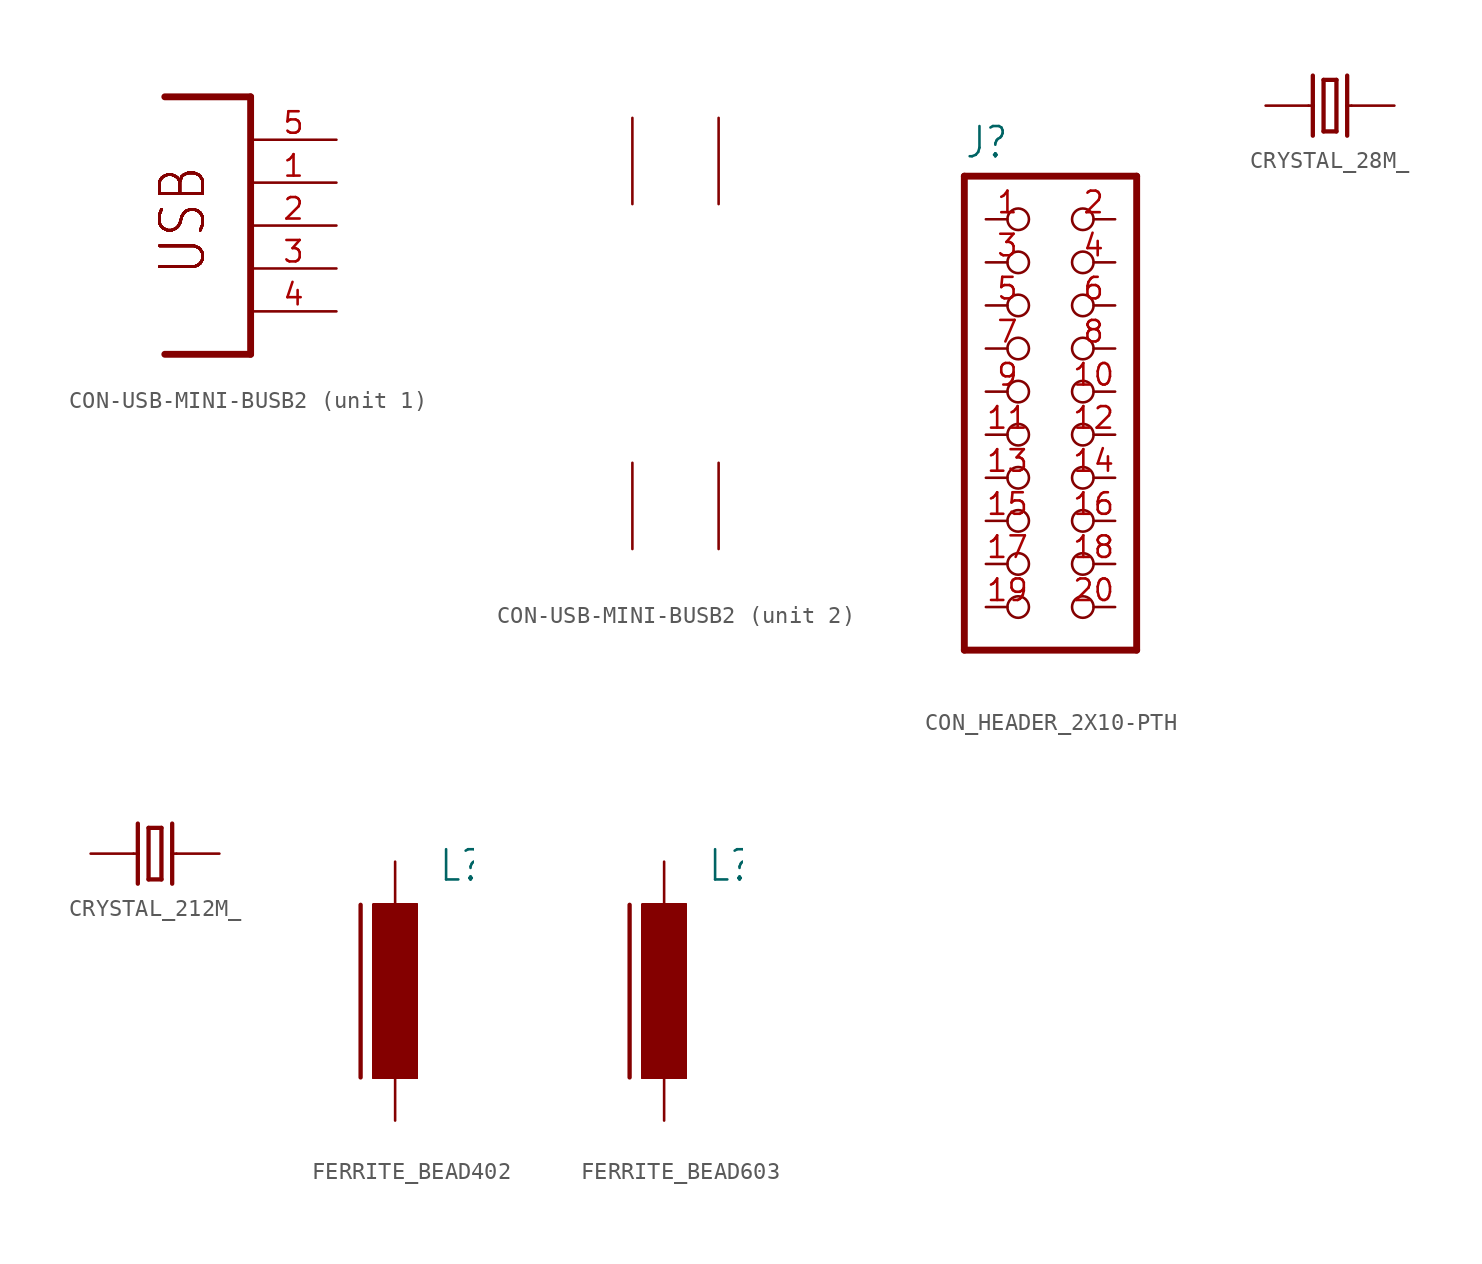
<source format=kicad_sym>
(kicad_symbol_lib
  (version 20220914)
  (generator kicad_symbol_editor)
  (symbol "CON-USB-MINI-BUSB2"
    (property "Reference" "USB"
      (at 0 0 0)
      (effects (font (size 1.27 1.27)) hide))
    (property "ki_locked" ""
      (at 0 0 0)
      (effects (font (size 1.27 1.27))))
    (symbol "CON-USB-MINI-BUSB2_1_0"
      (polyline (pts (xy -5.08 7.62) (xy 0 7.62)) (stroke (width 0.406) (type solid)) (fill (type none)))
      (polyline (pts (xy 0 -7.62) (xy -5.08 -7.62)) (stroke (width 0.406) (type solid)) (fill (type none)))
      (polyline (pts (xy 0 7.62) (xy 0 -7.62)) (stroke (width 0.406) (type solid)) (fill (type none)))
      (text "USB" (at -2.54 -3.048 900) (effects (font (size 2.54 2.159)) (justify left bottom)))
      (text "USB" (at -2.54 -3.048 900) (effects (font (size 2.54 2.159)) (justify left bottom)))
      (text "USB" (at -2.54 -3.048 900) (effects (font (size 2.54 2.159)) (justify left bottom)))
      (text "USB" (at -2.54 -3.048 900) (effects (font (size 2.54 2.159)) (justify left bottom)))
      (text "USB" (at -2.54 -3.048 900) (effects (font (size 2.54 2.159)) (justify left bottom)))
      (text "USB" (at -2.54 -3.048 900) (effects (font (size 2.54 2.159)) (justify left bottom)))
      (text "USB" (at -2.54 -3.048 900) (effects (font (size 2.54 2.159)) (justify left bottom)))
      (text "USB" (at -2.54 -3.048 900) (effects (font (size 2.54 2.159)) (justify left bottom)))
      (text "USB" (at -2.54 -3.048 900) (effects (font (size 2.54 2.159)) (justify left bottom)))
      (text "USB" (at -2.54 -3.048 900) (effects (font (size 2.54 2.159)) (justify left bottom)))
      (text "USB" (at -2.54 -3.048 900) (effects (font (size 2.54 2.159)) (justify left bottom)))
      (pin bidirectional line (at 5.08 2.54 180) (length 5.08) (name "VUSB" (effects (font (size 0 0)))) (number "1" (effects (font (size 1.27 1.27)))))
      (pin bidirectional line (at 5.08 0 180) (length 5.08) (name "D-" (effects (font (size 0 0)))) (number "2" (effects (font (size 1.27 1.27)))))
      (pin bidirectional line (at 5.08 -2.54 180) (length 5.08) (name "D+" (effects (font (size 0 0)))) (number "3" (effects (font (size 1.27 1.27)))))
      (pin bidirectional line (at 5.08 -5.08 180) (length 5.08) (name "USBID" (effects (font (size 0 0)))) (number "4" (effects (font (size 1.27 1.27)))))
      (pin bidirectional line (at 5.08 5.08 180) (length 5.08) (name "GND" (effects (font (size 0 0)))) (number "5" (effects (font (size 1.27 1.27))))))
    (symbol "CON-USB-MINI-BUSB2_2_0"
      (pin tri_state line (at 0 -12.7 90) (length 5.08) (name "BODY@1" (effects (font (size 0 0)))) (number "M1" (effects (font (size 0 0)))))
      (pin tri_state line (at 5.08 -12.7 90) (length 5.08) (name "BODY@2" (effects (font (size 0 0)))) (number "M2" (effects (font (size 0 0)))))
      (pin tri_state line (at 5.08 12.7 270) (length 5.08) (name "BODY@3" (effects (font (size 0 0)))) (number "M3" (effects (font (size 0 0)))))
      (pin tri_state line (at 0 12.7 270) (length 5.08) (name "BODY@4" (effects (font (size 0 0)))) (number "M4" (effects (font (size 0 0)))))))
  (symbol "CON_HEADER_2X10-PTH"
    (property "Reference" "J"
      (at -1.27 13.652 0)
      (effects (font (size 1.778 1.511)) (justify left bottom)))
    (property "ki_locked" ""
      (at 0 0 0)
      (effects (font (size 1.27 1.27))))
    (symbol "CON_HEADER_2X10-PTH_1_0"
      (polyline (pts (xy -1.27 -15.24) (xy -1.27 12.7)) (stroke (width 0.406) (type solid)) (fill (type none)))
      (polyline (pts (xy -1.27 12.7) (xy 8.89 12.7)) (stroke (width 0.406) (type solid)) (fill (type none)))
      (polyline (pts (xy 8.89 -15.24) (xy -1.27 -15.24)) (stroke (width 0.406) (type solid)) (fill (type none)))
      (polyline (pts (xy 8.89 12.7) (xy 8.89 -15.24)) (stroke (width 0.406) (type solid)) (fill (type none)))
      (pin passive inverted (at 0 10.16 0) (length 2.54) (name "1" (effects (font (size 0 0)))) (number "1" (effects (font (size 1.27 1.27)))))
      (pin passive inverted (at 7.62 0 180) (length 2.54) (name "10" (effects (font (size 0 0)))) (number "10" (effects (font (size 1.27 1.27)))))
      (pin passive inverted (at 0 -2.54 0) (length 2.54) (name "11" (effects (font (size 0 0)))) (number "11" (effects (font (size 1.27 1.27)))))
      (pin passive inverted (at 7.62 -2.54 180) (length 2.54) (name "12" (effects (font (size 0 0)))) (number "12" (effects (font (size 1.27 1.27)))))
      (pin passive inverted (at 0 -5.08 0) (length 2.54) (name "13" (effects (font (size 0 0)))) (number "13" (effects (font (size 1.27 1.27)))))
      (pin passive inverted (at 7.62 -5.08 180) (length 2.54) (name "14" (effects (font (size 0 0)))) (number "14" (effects (font (size 1.27 1.27)))))
      (pin passive inverted (at 0 -7.62 0) (length 2.54) (name "15" (effects (font (size 0 0)))) (number "15" (effects (font (size 1.27 1.27)))))
      (pin passive inverted (at 7.62 -7.62 180) (length 2.54) (name "16" (effects (font (size 0 0)))) (number "16" (effects (font (size 1.27 1.27)))))
      (pin passive inverted (at 0 -10.16 0) (length 2.54) (name "17" (effects (font (size 0 0)))) (number "17" (effects (font (size 1.27 1.27)))))
      (pin passive inverted (at 7.62 -10.16 180) (length 2.54) (name "18" (effects (font (size 0 0)))) (number "18" (effects (font (size 1.27 1.27)))))
      (pin passive inverted (at 0 -12.7 0) (length 2.54) (name "19" (effects (font (size 0 0)))) (number "19" (effects (font (size 1.27 1.27)))))
      (pin passive inverted (at 7.62 10.16 180) (length 2.54) (name "2" (effects (font (size 0 0)))) (number "2" (effects (font (size 1.27 1.27)))))
      (pin passive inverted (at 7.62 -12.7 180) (length 2.54) (name "20" (effects (font (size 0 0)))) (number "20" (effects (font (size 1.27 1.27)))))
      (pin passive inverted (at 0 7.62 0) (length 2.54) (name "3" (effects (font (size 0 0)))) (number "3" (effects (font (size 1.27 1.27)))))
      (pin passive inverted (at 7.62 7.62 180) (length 2.54) (name "4" (effects (font (size 0 0)))) (number "4" (effects (font (size 1.27 1.27)))))
      (pin passive inverted (at 0 5.08 0) (length 2.54) (name "5" (effects (font (size 0 0)))) (number "5" (effects (font (size 1.27 1.27)))))
      (pin passive inverted (at 7.62 5.08 180) (length 2.54) (name "6" (effects (font (size 0 0)))) (number "6" (effects (font (size 1.27 1.27)))))
      (pin passive inverted (at 0 2.54 0) (length 2.54) (name "7" (effects (font (size 0 0)))) (number "7" (effects (font (size 1.27 1.27)))))
      (pin passive inverted (at 7.62 2.54 180) (length 2.54) (name "8" (effects (font (size 0 0)))) (number "8" (effects (font (size 1.27 1.27)))))
      (pin passive inverted (at 0 0 0) (length 2.54) (name "9" (effects (font (size 0 0)))) (number "9" (effects (font (size 1.27 1.27)))))))
  (symbol "CRYSTAL_28M_"
    (property "Reference" "X"
      (at -2.54 1.27 0)
      (effects (font (size 1.778 1.511)) (justify left bottom) hide))
    (property "ki_locked" ""
      (at 0 0 0)
      (effects (font (size 1.27 1.27))))
    (symbol "CRYSTAL_28M__1_0"
      (polyline (pts (xy -1.016 0) (xy -1.27 0)) (stroke (width 0.152) (type solid)) (fill (type none)))
      (polyline (pts (xy -1.016 0) (xy -1.016 -1.778)) (stroke (width 0.254) (type solid)) (fill (type none)))
      (polyline (pts (xy -1.016 1.778) (xy -1.016 0)) (stroke (width 0.254) (type solid)) (fill (type none)))
      (polyline (pts (xy -0.381 -1.524) (xy -0.381 1.524)) (stroke (width 0.254) (type solid)) (fill (type none)))
      (polyline (pts (xy -0.381 1.524) (xy 0.381 1.524)) (stroke (width 0.254) (type solid)) (fill (type none)))
      (polyline (pts (xy 0.381 -1.524) (xy -0.381 -1.524)) (stroke (width 0.254) (type solid)) (fill (type none)))
      (polyline (pts (xy 0.381 1.524) (xy 0.381 -1.524)) (stroke (width 0.254) (type solid)) (fill (type none)))
      (polyline (pts (xy 1.016 0) (xy 1.016 -1.778)) (stroke (width 0.254) (type solid)) (fill (type none)))
      (polyline (pts (xy 1.016 0) (xy 1.27 0)) (stroke (width 0.152) (type solid)) (fill (type none)))
      (polyline (pts (xy 1.016 1.778) (xy 1.016 0)) (stroke (width 0.254) (type solid)) (fill (type none)))
      (pin bidirectional line (at -3.81 0 0) (length 2.54) (name "X1" (effects (font (size 0 0)))) (number "1" (effects (font (size 0 0)))))
      (pin bidirectional line (at 3.81 0 180) (length 2.54) (name "X2" (effects (font (size 0 0)))) (number "2" (effects (font (size 0 0)))))))
  (symbol "CRYSTAL_212M_"
    (property "Reference" "X"
      (at -2.54 1.27 0)
      (effects (font (size 1.778 1.511)) (justify left bottom) hide))
    (property "ki_locked" ""
      (at 0 0 0)
      (effects (font (size 1.27 1.27))))
    (symbol "CRYSTAL_212M__1_0"
      (polyline (pts (xy -1.016 0) (xy -1.27 0)) (stroke (width 0.152) (type solid)) (fill (type none)))
      (polyline (pts (xy -1.016 0) (xy -1.016 -1.778)) (stroke (width 0.254) (type solid)) (fill (type none)))
      (polyline (pts (xy -1.016 1.778) (xy -1.016 0)) (stroke (width 0.254) (type solid)) (fill (type none)))
      (polyline (pts (xy -0.381 -1.524) (xy -0.381 1.524)) (stroke (width 0.254) (type solid)) (fill (type none)))
      (polyline (pts (xy -0.381 1.524) (xy 0.381 1.524)) (stroke (width 0.254) (type solid)) (fill (type none)))
      (polyline (pts (xy 0.381 -1.524) (xy -0.381 -1.524)) (stroke (width 0.254) (type solid)) (fill (type none)))
      (polyline (pts (xy 0.381 1.524) (xy 0.381 -1.524)) (stroke (width 0.254) (type solid)) (fill (type none)))
      (polyline (pts (xy 1.016 0) (xy 1.016 -1.778)) (stroke (width 0.254) (type solid)) (fill (type none)))
      (polyline (pts (xy 1.016 0) (xy 1.27 0)) (stroke (width 0.152) (type solid)) (fill (type none)))
      (polyline (pts (xy 1.016 1.778) (xy 1.016 0)) (stroke (width 0.254) (type solid)) (fill (type none)))
      (pin bidirectional line (at -3.81 0 0) (length 2.54) (name "X1" (effects (font (size 0 0)))) (number "1" (effects (font (size 0 0)))))
      (pin bidirectional line (at 3.81 0 180) (length 2.54) (name "X2" (effects (font (size 0 0)))) (number "2" (effects (font (size 0 0)))))))
  (symbol "FERRITE_BEAD402"
    (property "Reference" "L"
      (at 2.54 6.35 0)
      (effects (font (size 1.778 1.511)) (justify left bottom)))
    (property "Value" ""
      (at 2.54 -6.35 0)
      (effects (font (size 1.778 1.511)) (justify left bottom)))
    (property "ki_locked" ""
      (at 0 0 0)
      (effects (font (size 1.27 1.27))))
    (symbol "FERRITE_BEAD402_1_0"
      (rectangle (start -1.27 -5.08) (end 1.27 5.08) (stroke (width 0) (type default)) (fill (type outline)))
      (rectangle (start -1.27 -5.08) (end 1.27 5.08) (stroke (width 0) (type default)) (fill (type outline)))
      (rectangle (start -1.27 -5.08) (end 1.27 5.08) (stroke (width 0) (type default)) (fill (type outline)))
      (rectangle (start -1.27 -5.08) (end 1.27 5.08) (stroke (width 0) (type default)) (fill (type outline)))
      (rectangle (start -1.27 -5.08) (end 1.27 5.08) (stroke (width 0) (type default)) (fill (type outline)))
      (rectangle (start -1.27 -5.08) (end 1.27 5.08) (stroke (width 0) (type default)) (fill (type outline)))
      (rectangle (start -1.27 -5.08) (end 1.27 5.08) (stroke (width 0) (type default)) (fill (type outline)))
      (rectangle (start -1.27 -5.08) (end 1.27 5.08) (stroke (width 0) (type default)) (fill (type outline)))
      (rectangle (start -1.27 -5.08) (end 1.27 5.08) (stroke (width 0) (type default)) (fill (type outline)))
      (rectangle (start -1.27 -5.08) (end 1.27 5.08) (stroke (width 0) (type default)) (fill (type outline)))
      (rectangle (start -1.27 -5.08) (end 1.27 5.08) (stroke (width 0) (type default)) (fill (type outline)))
      (polyline (pts (xy -2.032 -5.08) (xy -2.032 5.08)) (stroke (width 0.254) (type solid)) (fill (type none)))
      (pin passive line (at 0 7.62 270) (length 2.54) (name "1" (effects (font (size 0 0)))) (number "1" (effects (font (size 0 0)))))
      (pin passive line (at 0 -7.62 90) (length 2.54) (name "2" (effects (font (size 0 0)))) (number "2" (effects (font (size 0 0)))))))
  (symbol "FERRITE_BEAD603"
    (property "Reference" "L"
      (at 2.54 6.35 0)
      (effects (font (size 1.778 1.511)) (justify left bottom)))
    (property "Value" ""
      (at 2.54 -6.35 0)
      (effects (font (size 1.778 1.511)) (justify left bottom)))
    (property "ki_locked" ""
      (at 0 0 0)
      (effects (font (size 1.27 1.27))))
    (symbol "FERRITE_BEAD603_1_0"
      (rectangle (start -1.27 -5.08) (end 1.27 5.08) (stroke (width 0) (type default)) (fill (type outline)))
      (rectangle (start -1.27 -5.08) (end 1.27 5.08) (stroke (width 0) (type default)) (fill (type outline)))
      (rectangle (start -1.27 -5.08) (end 1.27 5.08) (stroke (width 0) (type default)) (fill (type outline)))
      (rectangle (start -1.27 -5.08) (end 1.27 5.08) (stroke (width 0) (type default)) (fill (type outline)))
      (rectangle (start -1.27 -5.08) (end 1.27 5.08) (stroke (width 0) (type default)) (fill (type outline)))
      (rectangle (start -1.27 -5.08) (end 1.27 5.08) (stroke (width 0) (type default)) (fill (type outline)))
      (rectangle (start -1.27 -5.08) (end 1.27 5.08) (stroke (width 0) (type default)) (fill (type outline)))
      (rectangle (start -1.27 -5.08) (end 1.27 5.08) (stroke (width 0) (type default)) (fill (type outline)))
      (rectangle (start -1.27 -5.08) (end 1.27 5.08) (stroke (width 0) (type default)) (fill (type outline)))
      (rectangle (start -1.27 -5.08) (end 1.27 5.08) (stroke (width 0) (type default)) (fill (type outline)))
      (rectangle (start -1.27 -5.08) (end 1.27 5.08) (stroke (width 0) (type default)) (fill (type outline)))
      (polyline (pts (xy -2.032 -5.08) (xy -2.032 5.08)) (stroke (width 0.254) (type solid)) (fill (type none)))
      (pin passive line (at 0 7.62 270) (length 2.54) (name "1" (effects (font (size 0 0)))) (number "1" (effects (font (size 0 0)))))
      (pin passive line (at 0 -7.62 90) (length 2.54) (name "2" (effects (font (size 0 0)))) (number "2" (effects (font (size 0 0))))))))
</source>
